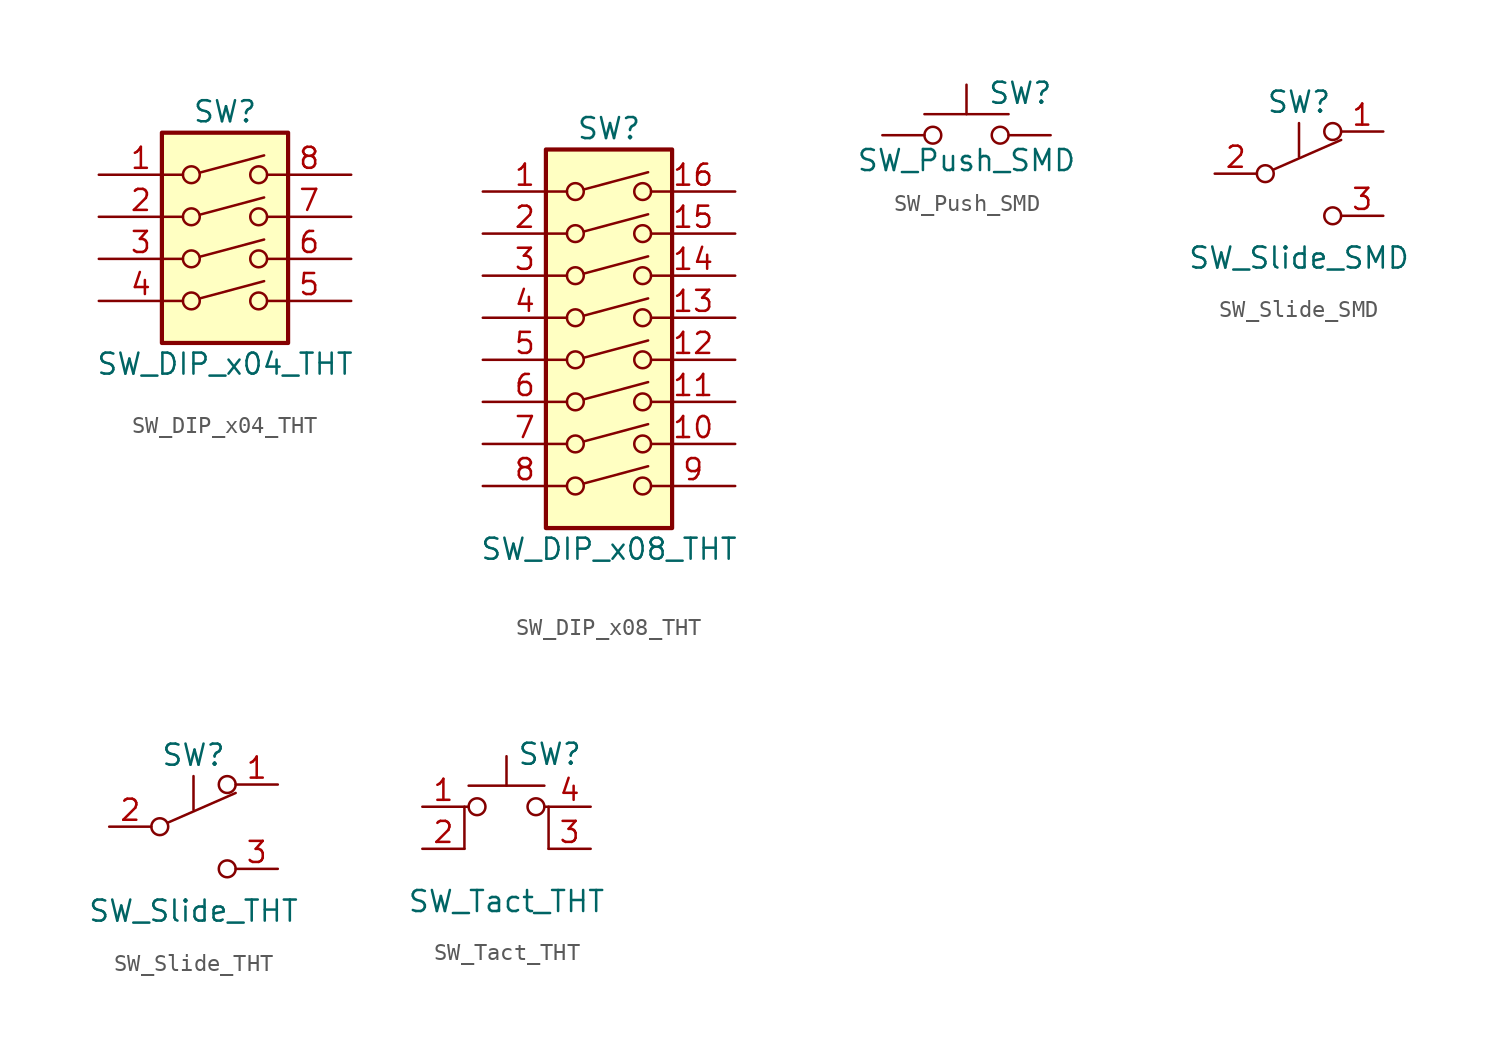
<source format=kicad_sym>
(kicad_symbol_lib
  (version 20211014)
  (generator kicad_symbol_editor)
  (symbol "SW_DIP_x04_THT"
    (pin_names
      (offset 0) hide)
    (property "Reference" "SW"
      (at 0 8.89 0)
      (effects (font (size 1.27 1.27))))
    (property "Value" "SW_DIP_x04_THT"
      (at 0 -6.35 0)
      (effects (font (size 1.27 1.27))))
    (symbol "SW_DIP_x04_THT_0_0"
      (circle (center -2.032 -2.54) (radius 0.508) (stroke (width 0) (type default) (color 0 0 0 0)) (fill (type none)))
      (circle (center -2.032 0) (radius 0.508) (stroke (width 0) (type default) (color 0 0 0 0)) (fill (type none)))
      (circle (center -2.032 2.54) (radius 0.508) (stroke (width 0) (type default) (color 0 0 0 0)) (fill (type none)))
      (circle (center -2.032 5.08) (radius 0.508) (stroke (width 0) (type default) (color 0 0 0 0)) (fill (type none)))
      (polyline (pts (xy -1.524 -2.388) (xy 2.362 -1.346)) (stroke (width 0) (type default) (color 0 0 0 0)) (fill (type none)))
      (polyline (pts (xy -1.524 0.127) (xy 2.362 1.168)) (stroke (width 0) (type default) (color 0 0 0 0)) (fill (type none)))
      (polyline (pts (xy -1.524 2.667) (xy 2.362 3.708)) (stroke (width 0) (type default) (color 0 0 0 0)) (fill (type none)))
      (polyline (pts (xy -1.524 5.207) (xy 2.362 6.248)) (stroke (width 0) (type default) (color 0 0 0 0)) (fill (type none)))
      (circle (center 2.032 -2.54) (radius 0.508) (stroke (width 0) (type default) (color 0 0 0 0)) (fill (type none)))
      (circle (center 2.032 0) (radius 0.508) (stroke (width 0) (type default) (color 0 0 0 0)) (fill (type none)))
      (circle (center 2.032 2.54) (radius 0.508) (stroke (width 0) (type default) (color 0 0 0 0)) (fill (type none)))
      (circle (center 2.032 5.08) (radius 0.508) (stroke (width 0) (type default) (color 0 0 0 0)) (fill (type none))))
    (symbol "SW_DIP_x04_THT_0_1"
      (rectangle (start -3.81 7.62) (end 3.81 -5.08) (stroke (width 0.254) (type default) (color 0 0 0 0)) (fill (type background))))
    (symbol "SW_DIP_x04_THT_1_1"
      (pin passive line (at -7.62 5.08 0) (length 5.08) (name "~" (effects (font (size 1.27 1.27)))) (number "1" (effects (font (size 1.27 1.27)))))
      (pin passive line (at -7.62 2.54 0) (length 5.08) (name "~" (effects (font (size 1.27 1.27)))) (number "2" (effects (font (size 1.27 1.27)))))
      (pin passive line (at -7.62 0 0) (length 5.08) (name "~" (effects (font (size 1.27 1.27)))) (number "3" (effects (font (size 1.27 1.27)))))
      (pin passive line (at -7.62 -2.54 0) (length 5.08) (name "~" (effects (font (size 1.27 1.27)))) (number "4" (effects (font (size 1.27 1.27)))))
      (pin passive line (at 7.62 -2.54 180) (length 5.08) (name "~" (effects (font (size 1.27 1.27)))) (number "5" (effects (font (size 1.27 1.27)))))
      (pin passive line (at 7.62 0 180) (length 5.08) (name "~" (effects (font (size 1.27 1.27)))) (number "6" (effects (font (size 1.27 1.27)))))
      (pin passive line (at 7.62 2.54 180) (length 5.08) (name "~" (effects (font (size 1.27 1.27)))) (number "7" (effects (font (size 1.27 1.27)))))
      (pin passive line (at 7.62 5.08 180) (length 5.08) (name "~" (effects (font (size 1.27 1.27)))) (number "8" (effects (font (size 1.27 1.27)))))))
  (symbol "SW_DIP_x08_THT"
    (pin_names
      (offset 0) hide)
    (property "Reference" "SW"
      (at 0 13.97 0)
      (effects (font (size 1.27 1.27))))
    (property "Value" "SW_DIP_x08_THT"
      (at 0 -11.43 0)
      (effects (font (size 1.27 1.27))))
    (symbol "SW_DIP_x08_THT_0_0"
      (circle (center -2.032 -7.62) (radius 0.508) (stroke (width 0) (type default) (color 0 0 0 0)) (fill (type none)))
      (circle (center -2.032 -5.08) (radius 0.508) (stroke (width 0) (type default) (color 0 0 0 0)) (fill (type none)))
      (circle (center -2.032 -2.54) (radius 0.508) (stroke (width 0) (type default) (color 0 0 0 0)) (fill (type none)))
      (circle (center -2.032 0) (radius 0.508) (stroke (width 0) (type default) (color 0 0 0 0)) (fill (type none)))
      (circle (center -2.032 2.54) (radius 0.508) (stroke (width 0) (type default) (color 0 0 0 0)) (fill (type none)))
      (circle (center -2.032 5.08) (radius 0.508) (stroke (width 0) (type default) (color 0 0 0 0)) (fill (type none)))
      (circle (center -2.032 7.62) (radius 0.508) (stroke (width 0) (type default) (color 0 0 0 0)) (fill (type none)))
      (circle (center -2.032 10.16) (radius 0.508) (stroke (width 0) (type default) (color 0 0 0 0)) (fill (type none)))
      (polyline (pts (xy -1.524 -7.468) (xy 2.362 -6.426)) (stroke (width 0) (type default) (color 0 0 0 0)) (fill (type none)))
      (polyline (pts (xy -1.524 -4.928) (xy 2.362 -3.886)) (stroke (width 0) (type default) (color 0 0 0 0)) (fill (type none)))
      (polyline (pts (xy -1.524 -2.388) (xy 2.362 -1.346)) (stroke (width 0) (type default) (color 0 0 0 0)) (fill (type none)))
      (polyline (pts (xy -1.524 0.127) (xy 2.362 1.168)) (stroke (width 0) (type default) (color 0 0 0 0)) (fill (type none)))
      (polyline (pts (xy -1.524 2.667) (xy 2.362 3.708)) (stroke (width 0) (type default) (color 0 0 0 0)) (fill (type none)))
      (polyline (pts (xy -1.524 5.207) (xy 2.362 6.248)) (stroke (width 0) (type default) (color 0 0 0 0)) (fill (type none)))
      (polyline (pts (xy -1.524 7.747) (xy 2.362 8.788)) (stroke (width 0) (type default) (color 0 0 0 0)) (fill (type none)))
      (polyline (pts (xy -1.524 10.287) (xy 2.362 11.328)) (stroke (width 0) (type default) (color 0 0 0 0)) (fill (type none)))
      (circle (center 2.032 -7.62) (radius 0.508) (stroke (width 0) (type default) (color 0 0 0 0)) (fill (type none)))
      (circle (center 2.032 -5.08) (radius 0.508) (stroke (width 0) (type default) (color 0 0 0 0)) (fill (type none)))
      (circle (center 2.032 -2.54) (radius 0.508) (stroke (width 0) (type default) (color 0 0 0 0)) (fill (type none)))
      (circle (center 2.032 0) (radius 0.508) (stroke (width 0) (type default) (color 0 0 0 0)) (fill (type none)))
      (circle (center 2.032 2.54) (radius 0.508) (stroke (width 0) (type default) (color 0 0 0 0)) (fill (type none)))
      (circle (center 2.032 5.08) (radius 0.508) (stroke (width 0) (type default) (color 0 0 0 0)) (fill (type none)))
      (circle (center 2.032 7.62) (radius 0.508) (stroke (width 0) (type default) (color 0 0 0 0)) (fill (type none)))
      (circle (center 2.032 10.16) (radius 0.508) (stroke (width 0) (type default) (color 0 0 0 0)) (fill (type none))))
    (symbol "SW_DIP_x08_THT_0_1"
      (rectangle (start -3.81 12.7) (end 3.81 -10.16) (stroke (width 0.254) (type default) (color 0 0 0 0)) (fill (type background))))
    (symbol "SW_DIP_x08_THT_1_1"
      (pin passive line (at -7.62 10.16 0) (length 5.08) (name "~" (effects (font (size 1.27 1.27)))) (number "1" (effects (font (size 1.27 1.27)))))
      (pin passive line (at 7.62 -5.08 180) (length 5.08) (name "~" (effects (font (size 1.27 1.27)))) (number "10" (effects (font (size 1.27 1.27)))))
      (pin passive line (at 7.62 -2.54 180) (length 5.08) (name "~" (effects (font (size 1.27 1.27)))) (number "11" (effects (font (size 1.27 1.27)))))
      (pin passive line (at 7.62 0 180) (length 5.08) (name "~" (effects (font (size 1.27 1.27)))) (number "12" (effects (font (size 1.27 1.27)))))
      (pin passive line (at 7.62 2.54 180) (length 5.08) (name "~" (effects (font (size 1.27 1.27)))) (number "13" (effects (font (size 1.27 1.27)))))
      (pin passive line (at 7.62 5.08 180) (length 5.08) (name "~" (effects (font (size 1.27 1.27)))) (number "14" (effects (font (size 1.27 1.27)))))
      (pin passive line (at 7.62 7.62 180) (length 5.08) (name "~" (effects (font (size 1.27 1.27)))) (number "15" (effects (font (size 1.27 1.27)))))
      (pin passive line (at 7.62 10.16 180) (length 5.08) (name "~" (effects (font (size 1.27 1.27)))) (number "16" (effects (font (size 1.27 1.27)))))
      (pin passive line (at -7.62 7.62 0) (length 5.08) (name "~" (effects (font (size 1.27 1.27)))) (number "2" (effects (font (size 1.27 1.27)))))
      (pin passive line (at -7.62 5.08 0) (length 5.08) (name "~" (effects (font (size 1.27 1.27)))) (number "3" (effects (font (size 1.27 1.27)))))
      (pin passive line (at -7.62 2.54 0) (length 5.08) (name "~" (effects (font (size 1.27 1.27)))) (number "4" (effects (font (size 1.27 1.27)))))
      (pin passive line (at -7.62 0 0) (length 5.08) (name "~" (effects (font (size 1.27 1.27)))) (number "5" (effects (font (size 1.27 1.27)))))
      (pin passive line (at -7.62 -2.54 0) (length 5.08) (name "~" (effects (font (size 1.27 1.27)))) (number "6" (effects (font (size 1.27 1.27)))))
      (pin passive line (at -7.62 -5.08 0) (length 5.08) (name "~" (effects (font (size 1.27 1.27)))) (number "7" (effects (font (size 1.27 1.27)))))
      (pin passive line (at -7.62 -7.62 0) (length 5.08) (name "~" (effects (font (size 1.27 1.27)))) (number "8" (effects (font (size 1.27 1.27)))))
      (pin passive line (at 7.62 -7.62 180) (length 5.08) (name "~" (effects (font (size 1.27 1.27)))) (number "9" (effects (font (size 1.27 1.27)))))))
  (symbol "SW_Push_SMD"
    (pin_numbers hide)
    (pin_names
      (offset 1.016) hide)
    (property "Reference" "SW"
      (at 1.27 2.54 0)
      (effects (font (size 1.27 1.27)) (justify left)))
    (property "Value" "SW_Push_SMD"
      (at 0 -1.524 0)
      (effects (font (size 1.27 1.27))))
    (symbol "SW_Push_SMD_0_1"
      (circle (center -2.032 0) (radius 0.508) (stroke (width 0) (type default) (color 0 0 0 0)) (fill (type none)))
      (polyline (pts (xy 0 1.27) (xy 0 3.048)) (stroke (width 0) (type default) (color 0 0 0 0)) (fill (type none)))
      (polyline (pts (xy 2.54 1.27) (xy -2.54 1.27)) (stroke (width 0) (type default) (color 0 0 0 0)) (fill (type none)))
      (circle (center 2.032 0) (radius 0.508) (stroke (width 0) (type default) (color 0 0 0 0)) (fill (type none)))
      (pin passive line (at -5.08 0 0) (length 2.54) (name "1" (effects (font (size 1.27 1.27)))) (number "1" (effects (font (size 1.27 1.27)))))
      (pin passive line (at 5.08 0 180) (length 2.54) (name "2" (effects (font (size 1.27 1.27)))) (number "2" (effects (font (size 1.27 1.27)))))))
  (symbol "SW_Slide_SMD"
    (pin_names
      (offset 0) hide)
    (property "Reference" "SW"
      (at 0 4.318 0)
      (effects (font (size 1.27 1.27))))
    (property "Value" "SW_Slide_SMD"
      (at 0 -5.08 0)
      (effects (font (size 1.27 1.27))))
    (symbol "SW_Slide_SMD_0_0"
      (circle (center -2.032 0) (radius 0.508) (stroke (width 0) (type default) (color 0 0 0 0)) (fill (type none)))
      (polyline (pts (xy 0 1.016) (xy 0 3.048)) (stroke (width 0) (type default) (color 0 0 0 0)) (fill (type none)))
      (circle (center 2.032 -2.54) (radius 0.508) (stroke (width 0) (type default) (color 0 0 0 0)) (fill (type none))))
    (symbol "SW_Slide_SMD_0_1"
      (polyline (pts (xy -1.524 0.254) (xy 2.54 2.032)) (stroke (width 0) (type default) (color 0 0 0 0)) (fill (type none)))
      (circle (center 2.032 2.54) (radius 0.508) (stroke (width 0) (type default) (color 0 0 0 0)) (fill (type none))))
    (symbol "SW_Slide_SMD_1_1"
      (pin passive line (at 5.08 2.54 180) (length 2.54) (name "A" (effects (font (size 1.27 1.27)))) (number "1" (effects (font (size 1.27 1.27)))))
      (pin passive line (at -5.08 0 0) (length 2.54) (name "B" (effects (font (size 1.27 1.27)))) (number "2" (effects (font (size 1.27 1.27)))))
      (pin passive line (at 5.08 -2.54 180) (length 2.54) (name "C" (effects (font (size 1.27 1.27)))) (number "3" (effects (font (size 1.27 1.27)))))))
  (symbol "SW_Slide_THT"
    (pin_names
      (offset 0) hide)
    (property "Reference" "SW"
      (at 0 4.318 0)
      (effects (font (size 1.27 1.27))))
    (property "Value" "SW_Slide_THT"
      (at 0 -5.08 0)
      (effects (font (size 1.27 1.27))))
    (symbol "SW_Slide_THT_0_0"
      (circle (center -2.032 0) (radius 0.508) (stroke (width 0) (type default) (color 0 0 0 0)) (fill (type none)))
      (polyline (pts (xy 0 1.016) (xy 0 3.048)) (stroke (width 0) (type default) (color 0 0 0 0)) (fill (type none)))
      (circle (center 2.032 -2.54) (radius 0.508) (stroke (width 0) (type default) (color 0 0 0 0)) (fill (type none))))
    (symbol "SW_Slide_THT_0_1"
      (polyline (pts (xy -1.524 0.254) (xy 2.54 2.032)) (stroke (width 0) (type default) (color 0 0 0 0)) (fill (type none)))
      (circle (center 2.032 2.54) (radius 0.508) (stroke (width 0) (type default) (color 0 0 0 0)) (fill (type none))))
    (symbol "SW_Slide_THT_1_1"
      (pin passive line (at 5.08 2.54 180) (length 2.54) (name "A" (effects (font (size 1.27 1.27)))) (number "1" (effects (font (size 1.27 1.27)))))
      (pin passive line (at -5.08 0 0) (length 2.54) (name "B" (effects (font (size 1.27 1.27)))) (number "2" (effects (font (size 1.27 1.27)))))
      (pin passive line (at 5.08 -2.54 180) (length 2.54) (name "C" (effects (font (size 1.27 1.27)))) (number "3" (effects (font (size 1.27 1.27)))))))
  (symbol "SW_Tact_THT"
    (pin_names
      (offset 1.016) hide)
    (property "Reference" "SW"
      (at 0.635 5.715 0)
      (effects (font (size 1.27 1.27)) (justify left)))
    (property "Value" "SW_Tact_THT"
      (at 0 -3.175 0)
      (effects (font (size 1.27 1.27))))
    (symbol "SW_Tact_THT_0_1"
      (circle (center -1.778 2.54) (radius 0.508) (stroke (width 0) (type default) (color 0 0 0 0)) (fill (type none)))
      (polyline (pts (xy -2.286 3.81) (xy 2.286 3.81)) (stroke (width 0) (type default) (color 0 0 0 0)) (fill (type none)))
      (polyline (pts (xy 0 3.81) (xy 0 5.588)) (stroke (width 0) (type default) (color 0 0 0 0)) (fill (type none)))
      (polyline (pts (xy -2.54 0) (xy -2.54 2.54) (xy -2.286 2.54)) (stroke (width 0) (type default) (color 0 0 0 0)) (fill (type none)))
      (polyline (pts (xy 2.54 0) (xy 2.54 2.54) (xy 2.286 2.54)) (stroke (width 0) (type default) (color 0 0 0 0)) (fill (type none)))
      (circle (center 1.778 2.54) (radius 0.508) (stroke (width 0) (type default) (color 0 0 0 0)) (fill (type none)))
      (pin passive line (at -5.08 2.54 0) (length 2.54) (name "1" (effects (font (size 1.27 1.27)))) (number "1" (effects (font (size 1.27 1.27)))))
      (pin passive line (at -5.08 0 0) (length 2.54) (name "2" (effects (font (size 1.27 1.27)))) (number "2" (effects (font (size 1.27 1.27)))))
      (pin passive line (at 5.08 0 180) (length 2.54) (name "K" (effects (font (size 1.27 1.27)))) (number "3" (effects (font (size 1.27 1.27)))))
      (pin passive line (at 5.08 2.54 180) (length 2.54) (name "A" (effects (font (size 1.27 1.27)))) (number "4" (effects (font (size 1.27 1.27))))))))
</source>
